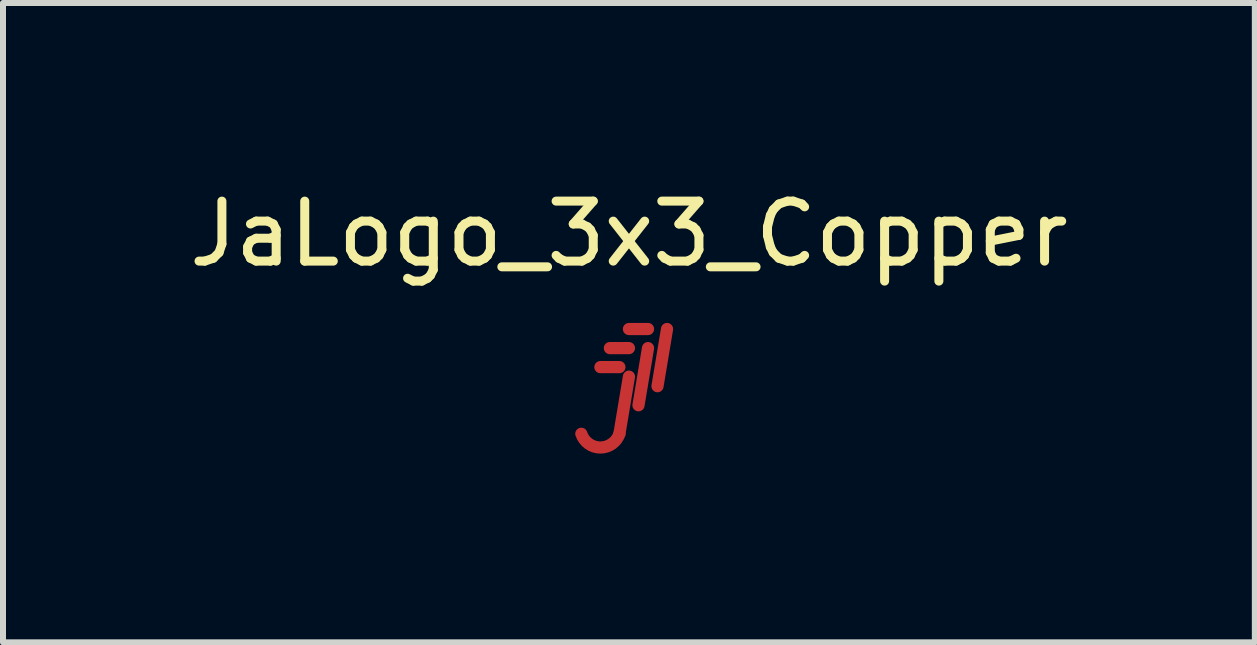
<source format=kicad_pcb>
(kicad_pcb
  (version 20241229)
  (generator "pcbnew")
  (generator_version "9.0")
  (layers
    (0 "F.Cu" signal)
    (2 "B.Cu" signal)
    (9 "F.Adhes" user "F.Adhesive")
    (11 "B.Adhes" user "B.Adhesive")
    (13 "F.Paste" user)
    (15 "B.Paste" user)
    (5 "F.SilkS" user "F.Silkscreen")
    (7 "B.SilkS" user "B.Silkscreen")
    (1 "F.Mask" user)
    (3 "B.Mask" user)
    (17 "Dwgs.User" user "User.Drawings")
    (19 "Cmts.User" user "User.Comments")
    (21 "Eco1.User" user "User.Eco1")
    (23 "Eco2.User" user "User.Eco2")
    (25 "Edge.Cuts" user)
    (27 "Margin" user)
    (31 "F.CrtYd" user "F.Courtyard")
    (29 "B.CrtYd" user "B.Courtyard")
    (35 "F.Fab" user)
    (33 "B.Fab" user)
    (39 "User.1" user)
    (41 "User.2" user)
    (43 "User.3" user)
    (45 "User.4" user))
  (footprint "JaLogo_3x3_Copper"
    (layer "F.Cu")
    (at 7.435 3.388)
    (property "Reference" "JaLogo_3x3_Copper" (at 0 -2.54 0) (unlocked yes) (layer "F.SilkS") (effects (font (size 1 1) (thickness 0.15))))
    (attr board_only exclude_from_pos_files exclude_from_bom)
    (fp_line (start -0.476 -0.318) (end -0.159 -0.318) (stroke (width 0.203) (type solid)) (layer "F.Cu"))
    (fp_line (start -0.159 0.794) (end 0 -0.159) (stroke (width 0.203) (type solid)) (layer "F.Cu"))
    (fp_line (start 0 -0.635) (end -0.318 -0.635) (stroke (width 0.203) (type solid)) (layer "F.Cu"))
    (fp_line (start 0.318 -0.953) (end 0 -0.953) (stroke (width 0.203) (type solid)) (layer "F.Cu"))
    (fp_line (start 0.318 -0.635) (end 0.159 0.318) (stroke (width 0.203) (type solid)) (layer "F.Cu"))
    (fp_line (start 0.476 0) (end 0.635 -0.953) (stroke (width 0.203) (type solid)) (layer "F.Cu"))
    (fp_arc (start -0.15875 0.79375) (mid -0.47625 1.022591) (end -0.79375 0.79375) (stroke (width 0.2032) (type solid)) (layer "F.Cu"))
    (zone (net_name "") (layer "F.Cu") (name "test") (hatch none 0.508) (connect_pads) (min_thickness 0.254) (filled_areas_thickness no) (keepout (tracks allowed) (vias allowed) (pads allowed) (copperpour not_allowed) (footprints allowed)) (placement (enabled no)) (fill) (polygon (pts (xy 7.943 4.658) (xy 6.165 4.658) (xy 6.927 2.245) (xy 8.451 2.245)))))
  (gr_rect
    (start -3 -3)
    (end 17.869 7.658)
    (stroke (width 0.1) (type default))
    (fill no)
    (layer "Edge.Cuts")))
</source>
